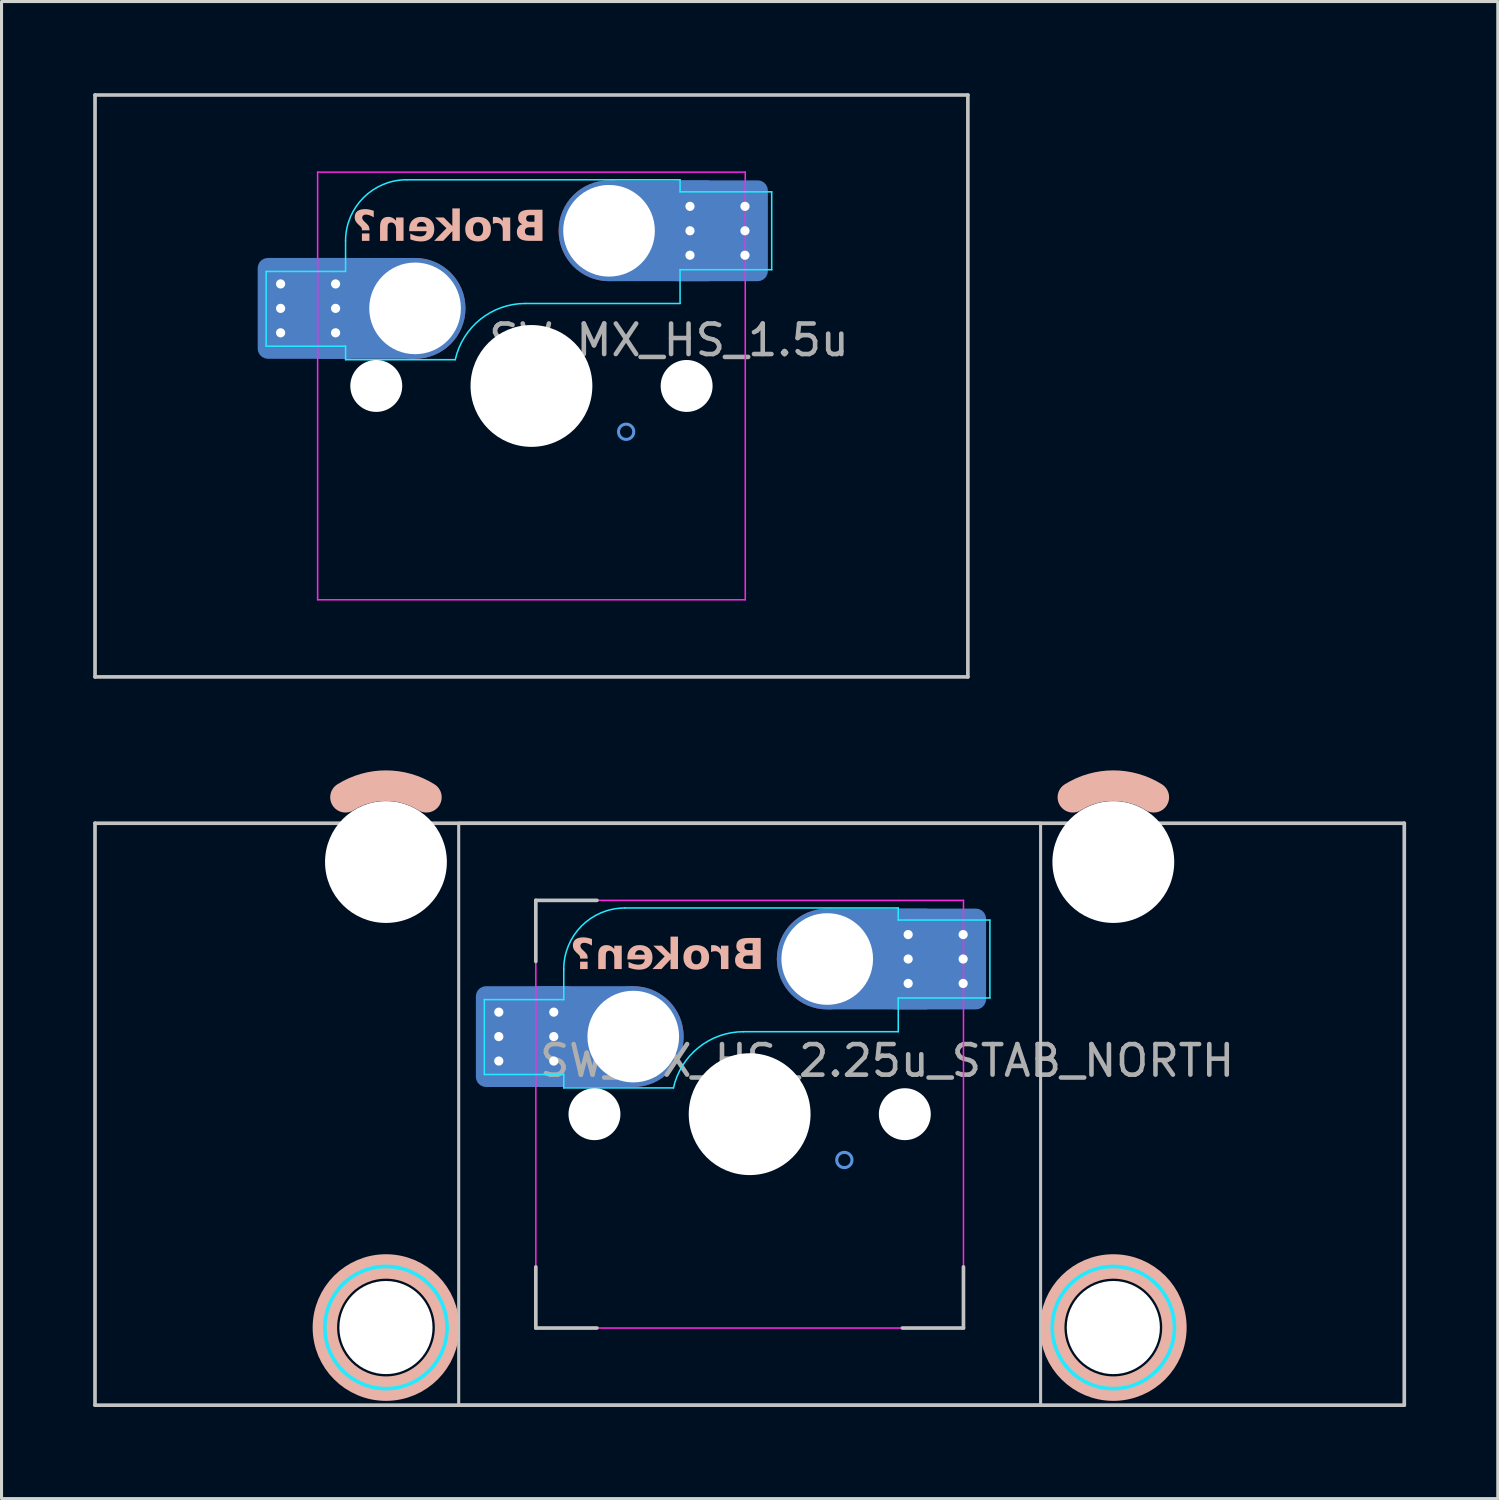
<source format=kicad_pcb>
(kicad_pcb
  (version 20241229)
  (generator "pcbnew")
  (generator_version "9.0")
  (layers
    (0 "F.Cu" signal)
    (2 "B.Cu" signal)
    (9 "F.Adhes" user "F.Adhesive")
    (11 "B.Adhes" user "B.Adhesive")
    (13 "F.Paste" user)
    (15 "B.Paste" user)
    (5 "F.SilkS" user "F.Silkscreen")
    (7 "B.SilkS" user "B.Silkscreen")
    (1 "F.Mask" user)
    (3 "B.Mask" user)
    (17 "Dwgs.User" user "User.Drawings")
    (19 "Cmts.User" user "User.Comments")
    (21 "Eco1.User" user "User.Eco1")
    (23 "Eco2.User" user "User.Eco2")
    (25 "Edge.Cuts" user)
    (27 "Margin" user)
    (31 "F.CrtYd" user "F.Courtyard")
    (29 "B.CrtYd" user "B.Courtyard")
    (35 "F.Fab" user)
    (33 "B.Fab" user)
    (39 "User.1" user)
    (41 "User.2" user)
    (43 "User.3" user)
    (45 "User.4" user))
  (footprint "SW_MX_HS_2.25u_STAB_NORTH"
    (layer "F.Cu")
    (at 21.491 33.425)
    (property "Reference" "SW_MX_HS_2.25u_STAB_NORTH" (at 4.5 -1.75 0) (layer "F.Fab") (effects (font (size 1 1) (thickness 0.15))))
    (attr smd)
    (fp_arc (start -13.231248 -10.374995) (mid -11.90625 -10.755) (end -10.581252 -10.374995) (stroke (width 1) (type default)) (layer "B.SilkS"))
    (fp_arc (start 10.581252 -10.374995) (mid 11.90625 -10.755) (end 13.231248 -10.374995) (stroke (width 1) (type default)) (layer "B.SilkS"))
    (fp_circle (center -11.906 6.985) (end -9.906 6.985) (stroke (width 0.8) (type solid)) (fill no) (layer "B.SilkS"))
    (fp_circle (center 11.906 6.985) (end 13.906 6.985) (stroke (width 0.8) (type solid)) (fill no) (layer "B.SilkS"))
    (fp_line (start -21.431 9.525) (end -21.431 -9.525) (stroke (width 0.12) (type solid)) (layer "Dwgs.User"))
    (fp_line (start -7 -7) (end -7 -5) (stroke (width 0.12) (type solid)) (layer "Dwgs.User"))
    (fp_line (start -7 7) (end -7 5) (stroke (width 0.12) (type solid)) (layer "Dwgs.User"))
    (fp_line (start -5 -7) (end -7 -7) (stroke (width 0.12) (type solid)) (layer "Dwgs.User"))
    (fp_line (start -5 7) (end -7 7) (stroke (width 0.12) (type solid)) (layer "Dwgs.User"))
    (fp_line (start 7 5) (end 7 7) (stroke (width 0.12) (type solid)) (layer "Dwgs.User"))
    (fp_line (start 7 7) (end 5 7) (stroke (width 0.12) (type solid)) (layer "Dwgs.User"))
    (fp_line (start 21.431 -9.525) (end -21.431 -9.525) (stroke (width 0.12) (type solid)) (layer "Dwgs.User"))
    (fp_line (start 21.431 9.525) (end -21.431 9.525) (stroke (width 0.12) (type solid)) (layer "Dwgs.User"))
    (fp_line (start 21.431 9.525) (end 21.431 -9.525) (stroke (width 0.12) (type solid)) (layer "Dwgs.User"))
    (fp_rect (start -9.525 -9.525) (end 9.525 9.525) (stroke (width 0.1) (type default)) (fill no) (layer "Dwgs.User"))
    (fp_circle (center 3.1 1.5) (end 3.35 1.5) (stroke (width 0.1) (type default)) (fill no) (layer "Cmts.User"))
    (fp_line (start -15.28 5.5) (end -15.281 -7.5) (stroke (width 0.05) (type solid)) (layer "Eco2.User"))
    (fp_line (start -9.031 -8) (end -14.781 -8) (stroke (width 0.05) (type solid)) (layer "Eco2.User"))
    (fp_line (start -9.031 6) (end -14.78 6) (stroke (width 0.05) (type solid)) (layer "Eco2.User"))
    (fp_line (start -8.531 5.5) (end -8.531 -7.5) (stroke (width 0.05) (type solid)) (layer "Eco2.User"))
    (fp_line (start -7 6.5) (end -7 -6.5) (stroke (width 0.05) (type solid)) (layer "Eco2.User"))
    (fp_line (start -6.5 -7) (end 6.5 -7) (stroke (width 0.05) (type solid)) (layer "Eco2.User"))
    (fp_line (start 6.5 7) (end -6.5 7) (stroke (width 0.05) (type solid)) (layer "Eco2.User"))
    (fp_line (start 7 -6.5) (end 7 6.5) (stroke (width 0.05) (type solid)) (layer "Eco2.User"))
    (fp_line (start 8.531 5.5) (end 8.531 -7.5) (stroke (width 0.05) (type solid)) (layer "Eco2.User"))
    (fp_line (start 14.781 -8) (end 9.031 -8) (stroke (width 0.05) (type solid)) (layer "Eco2.User"))
    (fp_line (start 14.781 6) (end 9.031 6) (stroke (width 0.05) (type solid)) (layer "Eco2.User"))
    (fp_line (start 15.281 5.5) (end 15.281 -7.5) (stroke (width 0.05) (type solid)) (layer "Eco2.User"))
    (fp_arc (start -15.28125 -7.500001) (mid -15.134813 -7.853564) (end -14.78125 -8.000001) (stroke (width 0.05) (type solid)) (layer "Eco2.User"))
    (fp_arc (start -14.780039 5.999999) (mid -15.133573 5.853533) (end -15.280039 5.499999) (stroke (width 0.05) (type solid)) (layer "Eco2.User"))
    (fp_arc (start -9.03125 -8.000001) (mid -8.677722 -7.853529) (end -8.53125 -7.500001) (stroke (width 0.05) (type solid)) (layer "Eco2.User"))
    (fp_arc (start -8.53125 5.499999) (mid -8.677685 5.853564) (end -9.03125 5.999999) (stroke (width 0.05) (type solid)) (layer "Eco2.User"))
    (fp_arc (start -7 -6.5) (mid -6.853553 -6.853553) (end -6.5 -7) (stroke (width 0.05) (type solid)) (layer "Eco2.User"))
    (fp_arc (start -6.5 7) (mid -6.853553 6.853553) (end -7 6.5) (stroke (width 0.05) (type solid)) (layer "Eco2.User"))
    (fp_arc (start 6.5 -7) (mid 6.853553 -6.853553) (end 7 -6.5) (stroke (width 0.05) (type solid)) (layer "Eco2.User"))
    (fp_arc (start 6.997236 6.498884) (mid 6.850805 6.852453) (end 6.497236 6.998884) (stroke (width 0.05) (type solid)) (layer "Eco2.User"))
    (fp_arc (start 8.53125 -7.500001) (mid 8.677697 -7.853554) (end 9.03125 -8.000001) (stroke (width 0.05) (type solid)) (layer "Eco2.User"))
    (fp_arc (start 9.03125 5.999999) (mid 8.677697 5.853552) (end 8.53125 5.499999) (stroke (width 0.05) (type solid)) (layer "Eco2.User"))
    (fp_arc (start 14.78125 -8.000001) (mid 15.134803 -7.853554) (end 15.28125 -7.500001) (stroke (width 0.05) (type solid)) (layer "Eco2.User"))
    (fp_arc (start 15.28125 5.499999) (mid 15.134803 5.853552) (end 14.78125 5.999999) (stroke (width 0.05) (type solid)) (layer "Eco2.User"))
    (fp_line (start -8.685 -3.75) (end -8.685 -1.3) (stroke (width 0.05) (type solid)) (layer "B.CrtYd"))
    (fp_line (start -8.685 -1.3) (end -6.085 -1.3) (stroke (width 0.05) (type solid)) (layer "B.CrtYd"))
    (fp_line (start -6.085 -3.75) (end -8.685 -3.75) (stroke (width 0.05) (type solid)) (layer "B.CrtYd"))
    (fp_line (start -6.085 -3.75) (end -6.085 -4.75) (stroke (width 0.05) (type solid)) (layer "B.CrtYd"))
    (fp_line (start -6.085 -1.3) (end -6.085 -0.86) (stroke (width 0.05) (type solid)) (layer "B.CrtYd"))
    (fp_line (start -6.085 -0.86) (end -2.494 -0.86) (stroke (width 0.05) (type solid)) (layer "B.CrtYd"))
    (fp_line (start -4.085 -6.75) (end 4.865 -6.75) (stroke (width 0.05) (type solid)) (layer "B.CrtYd"))
    (fp_line (start 4.865 -6.75) (end 4.865 -6.355) (stroke (width 0.05) (type solid)) (layer "B.CrtYd"))
    (fp_line (start 4.865 -6.355) (end 7.865 -6.355) (stroke (width 0.05) (type solid)) (layer "B.CrtYd"))
    (fp_line (start 4.865 -3.805) (end 4.865 -2.7) (stroke (width 0.05) (type solid)) (layer "B.CrtYd"))
    (fp_line (start 4.865 -3.805) (end 7.865 -3.805) (stroke (width 0.05) (type solid)) (layer "B.CrtYd"))
    (fp_line (start 4.865 -2.7) (end -0.2 -2.7) (stroke (width 0.05) (type solid)) (layer "B.CrtYd"))
    (fp_line (start 7.865 -3.805) (end 7.865 -6.355) (stroke (width 0.05) (type solid)) (layer "B.CrtYd"))
    (fp_arc (start -6.085176 -4.75022) (mid -5.49939 -6.164434) (end -4.085176 -6.75022) (stroke (width 0.05) (type solid)) (layer "B.CrtYd"))
    (fp_arc (start -2.494322 -0.86022) (mid -1.670503 -2.183399) (end -0.2 -2.70022) (stroke (width 0.05) (type solid)) (layer "B.CrtYd"))
    (fp_circle (center -11.906 6.985) (end -13.906 6.985) (stroke (width 0.12) (type solid)) (fill no) (layer "B.CrtYd"))
    (fp_circle (center 11.906 6.985) (end 9.906 6.985) (stroke (width 0.12) (type solid)) (fill no) (layer "B.CrtYd"))
    (fp_line (start -7 -7) (end -7 7) (stroke (width 0.05) (type solid)) (layer "F.CrtYd"))
    (fp_line (start -7 7) (end 7 7) (stroke (width 0.05) (type solid)) (layer "F.CrtYd"))
    (fp_line (start 7 -7) (end -7 -7) (stroke (width 0.05) (type solid)) (layer "F.CrtYd"))
    (fp_line (start 7 7) (end 7 -7) (stroke (width 0.05) (type solid)) (layer "F.CrtYd"))
    (fp_text user "Broken?" (at 0.49 -4.58 0) (unlocked yes) (layer "B.SilkS") (effects (font (face "Hitmo2.0") (size 1 1) (thickness 0.25) (bold yes)) (justify left bottom mirror)))
    (pad "" np_thru_hole circle (at -11.906 -8.255 180) (size 3.988 3.988) (drill 3.988) (layers "*.Cu" "*.Mask"))
    (pad "" np_thru_hole circle (at -11.906 6.985 180) (size 3.048 3.048) (drill 3.048) (layers "*.Cu" "*.Mask"))
    (pad "" np_thru_hole circle (at -5.08 0) (size 1.7 1.7) (drill 1.7) (layers "*.Cu" "*.Mask"))
    (pad "" np_thru_hole circle (at 0 0) (size 3.988 3.988) (drill 3.988) (layers "*.Cu" "*.Mask"))
    (pad "" np_thru_hole circle (at 5.08 0) (size 1.7 1.7) (drill 1.7) (layers "*.Cu" "*.Mask"))
    (pad "" np_thru_hole circle (at 11.906 -8.255 180) (size 3.988 3.988) (drill 3.988) (layers "*.Cu" "*.Mask"))
    (pad "" np_thru_hole circle (at 11.906 6.985 180) (size 3.048 3.048) (drill 3.048) (layers "*.Cu" "*.Mask"))
    (pad "1" thru_hole circle (at -8.212 -3.34 180) (size 0.6 0.6) (drill 0.3) (layers "*.Cu"))
    (pad "1" thru_hole circle (at -8.212 -2.54 180) (size 0.6 0.6) (drill 0.3) (layers "*.Cu"))
    (pad "1" thru_hole circle (at -8.212 -1.74 180) (size 0.6 0.6) (drill 0.3) (layers "*.Cu"))
    (pad "1" smd roundrect (at -7.562 -2.54 180) (size 2.5 3) (layers "B.Cu" "B.Mask" "B.Paste") (roundrect_rratio 0.1))
    (pad "1" smd roundrect (at -7.312 -2.54 180) (size 3.3 3.3) (layers "B.Cu") (roundrect_rratio 0.1))
    (pad "1" thru_hole circle (at -6.412 -3.34 180) (size 0.6 0.6) (drill 0.3) (layers "*.Cu"))
    (pad "1" thru_hole circle (at -6.412 -2.54 180) (size 0.6 0.6) (drill 0.3) (layers "*.Cu"))
    (pad "1" thru_hole circle (at -6.412 -1.74 180) (size 0.6 0.6) (drill 0.3) (layers "*.Cu"))
    (pad "1" smd rect (at -5.423 -2.54 180) (size 3.226 3.3) (layers "B.Cu"))
    (pad "1" thru_hole circle (at -3.81 -2.54 180) (size 3 3) (drill 3) (layers "*.Cu" "*.Mask"))
    (pad "1" smd circle (at -3.81 -2.54 180) (size 3.3 3.3) (layers "F.Cu"))
    (pad "1" smd circle (at -3.81 -2.54 180) (size 3.3 3.3) (layers "B.Cu"))
    (pad "2" thru_hole circle (at 2.54 -5.08) (size 3 3) (drill 3) (layers "*.Cu" "*.Mask"))
    (pad "2" smd circle (at 2.54 -5.08 180) (size 3.3 3.3) (layers "F.Cu"))
    (pad "2" smd circle (at 2.54 -5.08 180) (size 3.3 3.3) (layers "B.Cu"))
    (pad "2" smd rect (at 4.201 -5.08) (size 3.226 3.3) (layers "B.Cu"))
    (pad "2" thru_hole circle (at 5.19 -5.88) (size 0.6 0.6) (drill 0.3) (layers "*.Cu"))
    (pad "2" thru_hole circle (at 5.19 -5.08) (size 0.6 0.6) (drill 0.3) (layers "*.Cu"))
    (pad "2" thru_hole circle (at 5.19 -4.28) (size 0.6 0.6) (drill 0.3) (layers "*.Cu"))
    (pad "2" smd roundrect (at 6.09 -5.08) (size 3.3 3.3) (layers "B.Cu") (roundrect_rratio 0.1))
    (pad "2" smd roundrect (at 6.34 -5.08) (size 2.5 3) (layers "B.Cu" "B.Mask" "B.Paste") (roundrect_rratio 0.1))
    (pad "2" thru_hole circle (at 6.99 -5.88) (size 0.6 0.6) (drill 0.3) (layers "*.Cu"))
    (pad "2" thru_hole circle (at 6.99 -5.08) (size 0.6 0.6) (drill 0.3) (layers "*.Cu"))
    (pad "2" thru_hole circle (at 6.99 -4.28) (size 0.6 0.6) (drill 0.3) (layers "*.Cu")))
  (footprint "SW_MX_HS_1.5u"
    (layer "F.Cu")
    (at 14.348 9.585)
    (property "Reference" "SW_MX_HS_1.5u" (at 4.5 -1.5 0) (layer "F.Fab") (effects (font (size 1 1) (thickness 0.15))))
    (attr smd)
    (fp_line (start -14.287 -9.525) (end -14.287 9.525) (stroke (width 0.12) (type solid)) (layer "Dwgs.User"))
    (fp_line (start -14.287 9.525) (end 14.287 9.525) (stroke (width 0.12) (type solid)) (layer "Dwgs.User"))
    (fp_line (start 14.287 -9.525) (end -14.287 -9.525) (stroke (width 0.12) (type solid)) (layer "Dwgs.User"))
    (fp_line (start 14.287 9.525) (end 14.287 -9.525) (stroke (width 0.12) (type solid)) (layer "Dwgs.User"))
    (fp_circle (center 3.1 1.5) (end 3.35 1.5) (stroke (width 0.1) (type default)) (fill no) (layer "Cmts.User"))
    (fp_line (start -7 6.5) (end -7 -6.5) (stroke (width 0.05) (type solid)) (layer "Eco2.User"))
    (fp_line (start -6.5 -7) (end 6.5 -7) (stroke (width 0.05) (type solid)) (layer "Eco2.User"))
    (fp_line (start 6.5 7) (end -6.5 7) (stroke (width 0.05) (type solid)) (layer "Eco2.User"))
    (fp_line (start 7 -6.5) (end 7 6.5) (stroke (width 0.05) (type solid)) (layer "Eco2.User"))
    (fp_arc (start -7 -6.5) (mid -6.853553 -6.853553) (end -6.5 -7) (stroke (width 0.05) (type solid)) (layer "Eco2.User"))
    (fp_arc (start -6.5 7) (mid -6.853553 6.853553) (end -7 6.5) (stroke (width 0.05) (type solid)) (layer "Eco2.User"))
    (fp_arc (start 6.997236 6.498884) (mid 6.850805 6.852453) (end 6.497236 6.998884) (stroke (width 0.05) (type solid)) (layer "Eco2.User"))
    (fp_line (start -8.685 -3.75) (end -8.685 -1.3) (stroke (width 0.05) (type solid)) (layer "B.CrtYd"))
    (fp_line (start -8.685 -1.3) (end -6.085 -1.3) (stroke (width 0.05) (type solid)) (layer "B.CrtYd"))
    (fp_line (start -6.085 -3.75) (end -8.685 -3.75) (stroke (width 0.05) (type solid)) (layer "B.CrtYd"))
    (fp_line (start -6.085 -3.75) (end -6.085 -4.75) (stroke (width 0.05) (type solid)) (layer "B.CrtYd"))
    (fp_line (start -6.085 -1.3) (end -6.085 -0.86) (stroke (width 0.05) (type solid)) (layer "B.CrtYd"))
    (fp_line (start -6.085 -0.86) (end -2.494 -0.86) (stroke (width 0.05) (type solid)) (layer "B.CrtYd"))
    (fp_line (start -4.085 -6.75) (end 4.865 -6.75) (stroke (width 0.05) (type solid)) (layer "B.CrtYd"))
    (fp_line (start 4.865 -6.75) (end 4.865 -6.355) (stroke (width 0.05) (type solid)) (layer "B.CrtYd"))
    (fp_line (start 4.865 -6.355) (end 7.865 -6.355) (stroke (width 0.05) (type solid)) (layer "B.CrtYd"))
    (fp_line (start 4.865 -3.805) (end 4.865 -2.7) (stroke (width 0.05) (type solid)) (layer "B.CrtYd"))
    (fp_line (start 4.865 -3.805) (end 7.865 -3.805) (stroke (width 0.05) (type solid)) (layer "B.CrtYd"))
    (fp_line (start 4.865 -2.7) (end -0.2 -2.7) (stroke (width 0.05) (type solid)) (layer "B.CrtYd"))
    (fp_line (start 7.865 -3.805) (end 7.865 -6.355) (stroke (width 0.05) (type solid)) (layer "B.CrtYd"))
    (fp_arc (start -6.085176 -4.75022) (mid -5.49939 -6.164434) (end -4.085176 -6.75022) (stroke (width 0.05) (type solid)) (layer "B.CrtYd"))
    (fp_arc (start -2.494322 -0.86022) (mid -1.670503 -2.183399) (end -0.2 -2.70022) (stroke (width 0.05) (type solid)) (layer "B.CrtYd"))
    (fp_line (start -7 -7) (end -7 7) (stroke (width 0.05) (type solid)) (layer "F.CrtYd"))
    (fp_line (start -7 7) (end 7 7) (stroke (width 0.05) (type solid)) (layer "F.CrtYd"))
    (fp_line (start 7 -7) (end -7 -7) (stroke (width 0.05) (type solid)) (layer "F.CrtYd"))
    (fp_line (start 7 7) (end 7 -7) (stroke (width 0.05) (type solid)) (layer "F.CrtYd"))
    (fp_text user "Broken?" (at 0.49 -4.58 0) (unlocked yes) (layer "B.SilkS") (effects (font (face "Hitmo2.0") (size 1 1) (thickness 0.25) (bold yes)) (justify left bottom mirror)))
    (pad "" np_thru_hole circle (at -5.08 0) (size 1.7 1.7) (drill 1.7) (layers "*.Cu" "*.Mask"))
    (pad "" np_thru_hole circle (at 0 0) (size 3.988 3.988) (drill 3.988) (layers "*.Cu" "*.Mask"))
    (pad "" np_thru_hole circle (at 5.08 0) (size 1.7 1.7) (drill 1.7) (layers "*.Cu" "*.Mask"))
    (pad "1" thru_hole circle (at -8.212 -3.34 180) (size 0.6 0.6) (drill 0.3) (layers "*.Cu"))
    (pad "1" thru_hole circle (at -8.212 -2.54 180) (size 0.6 0.6) (drill 0.3) (layers "*.Cu"))
    (pad "1" thru_hole circle (at -8.212 -1.74 180) (size 0.6 0.6) (drill 0.3) (layers "*.Cu"))
    (pad "1" smd roundrect (at -7.562 -2.54 180) (size 2.5 3) (layers "B.Cu" "B.Mask" "B.Paste") (roundrect_rratio 0.1))
    (pad "1" smd roundrect (at -7.312 -2.54 180) (size 3.3 3.3) (layers "B.Cu") (roundrect_rratio 0.1))
    (pad "1" thru_hole circle (at -6.412 -3.34 180) (size 0.6 0.6) (drill 0.3) (layers "*.Cu"))
    (pad "1" thru_hole circle (at -6.412 -2.54 180) (size 0.6 0.6) (drill 0.3) (layers "*.Cu"))
    (pad "1" thru_hole circle (at -6.412 -1.74 180) (size 0.6 0.6) (drill 0.3) (layers "*.Cu"))
    (pad "1" smd rect (at -5.423 -2.54 180) (size 3.226 3.3) (layers "B.Cu"))
    (pad "1" thru_hole circle (at -3.81 -2.54 180) (size 3 3) (drill 3) (layers "*.Cu" "*.Mask"))
    (pad "1" smd circle (at -3.81 -2.54 180) (size 3.3 3.3) (layers "F.Cu"))
    (pad "1" smd circle (at -3.81 -2.54 180) (size 3.3 3.3) (layers "B.Cu"))
    (pad "2" thru_hole circle (at 2.54 -5.08) (size 3 3) (drill 3) (layers "*.Cu" "*.Mask"))
    (pad "2" smd circle (at 2.54 -5.08 180) (size 3.3 3.3) (layers "F.Cu"))
    (pad "2" smd circle (at 2.54 -5.08 180) (size 3.3 3.3) (layers "B.Cu"))
    (pad "2" smd rect (at 4.201 -5.08) (size 3.226 3.3) (layers "B.Cu"))
    (pad "2" thru_hole circle (at 5.19 -5.88) (size 0.6 0.6) (drill 0.3) (layers "*.Cu"))
    (pad "2" thru_hole circle (at 5.19 -5.08) (size 0.6 0.6) (drill 0.3) (layers "*.Cu"))
    (pad "2" thru_hole circle (at 5.19 -4.28) (size 0.6 0.6) (drill 0.3) (layers "*.Cu"))
    (pad "2" smd roundrect (at 6.09 -5.08) (size 3.3 3.3) (layers "B.Cu") (roundrect_rratio 0.1))
    (pad "2" smd roundrect (at 6.34 -5.08) (size 2.5 3) (layers "B.Cu" "B.Mask" "B.Paste") (roundrect_rratio 0.1))
    (pad "2" thru_hole circle (at 6.99 -5.88) (size 0.6 0.6) (drill 0.3) (layers "*.Cu"))
    (pad "2" thru_hole circle (at 6.99 -5.08) (size 0.6 0.6) (drill 0.3) (layers "*.Cu"))
    (pad "2" thru_hole circle (at 6.99 -4.28) (size 0.6 0.6) (drill 0.3) (layers "*.Cu")))
  (gr_rect
    (start -3 -3)
    (end 45.983 46.01)
    (stroke (width 0.1) (type default))
    (fill no)
    (layer "Edge.Cuts")))
</source>
